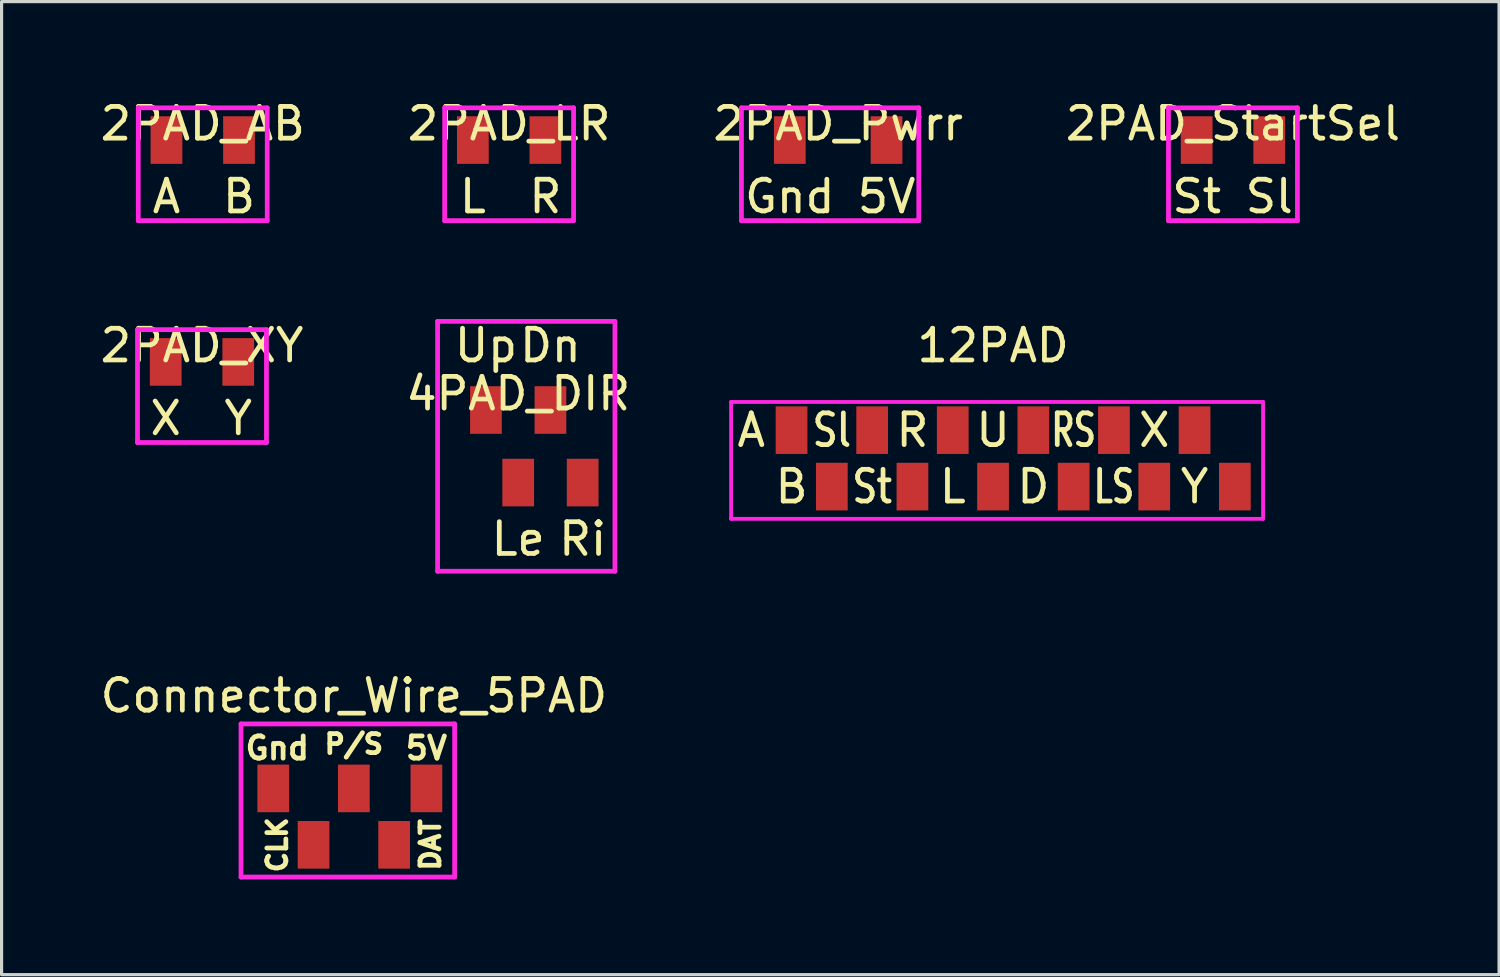
<source format=kicad_pcb>
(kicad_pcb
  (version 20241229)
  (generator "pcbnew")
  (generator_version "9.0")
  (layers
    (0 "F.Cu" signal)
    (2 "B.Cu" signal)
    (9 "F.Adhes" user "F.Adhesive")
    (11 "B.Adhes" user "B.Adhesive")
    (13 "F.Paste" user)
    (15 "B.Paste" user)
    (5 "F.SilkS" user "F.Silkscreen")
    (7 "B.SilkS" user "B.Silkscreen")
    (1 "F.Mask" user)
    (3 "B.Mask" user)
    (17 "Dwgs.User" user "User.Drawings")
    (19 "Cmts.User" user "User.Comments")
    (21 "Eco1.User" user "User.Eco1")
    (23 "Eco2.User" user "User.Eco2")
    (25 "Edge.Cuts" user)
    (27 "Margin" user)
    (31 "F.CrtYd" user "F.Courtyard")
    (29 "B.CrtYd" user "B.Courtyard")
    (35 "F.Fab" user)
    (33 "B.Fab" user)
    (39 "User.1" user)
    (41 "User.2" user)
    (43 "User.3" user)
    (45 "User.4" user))
  (footprint "2PAD_AB"
    (layer "F.Cu")
    (at 3.339 0.348)
    (property "Reference" "2PAD_AB" (at 0 0.5 0) (layer "F.SilkS") (effects (font (size 1 1) (thickness 0.15))))
    (attr through_hole)
    (fp_line (start -2.032 0) (end -2.032 3.556) (stroke (width 0.15) (type solid)) (layer "F.CrtYd"))
    (fp_line (start -2.032 3.556) (end 2.032 3.556) (stroke (width 0.15) (type solid)) (layer "F.CrtYd"))
    (fp_line (start 2.032 0) (end -2.032 0) (stroke (width 0.15) (type solid)) (layer "F.CrtYd"))
    (fp_line (start 2.032 3.556) (end 2.032 0) (stroke (width 0.15) (type solid)) (layer "F.CrtYd"))
    (fp_text user "B" (at 1.143 2.794 0) (layer "F.SilkS") (effects (font (size 1 1) (thickness 0.15))))
    (fp_text user "A" (at -1.143 2.794 0) (layer "F.SilkS") (effects (font (size 1 1) (thickness 0.15))))
    (pad "1" smd rect (at -1.143 1.016) (size 1 1.5) (layers "F.Cu" "F.Mask" "F.Paste"))
    (pad "2" smd rect (at 1.143 1.016) (size 1 1.5) (layers "F.Cu" "F.Mask" "F.Paste")))
  (footprint "4PAD_DIR"
    (layer "F.Cu")
    (at 13.534 8.855)
    (property "Reference" "4PAD_DIR" (at -0.254 0.5 0) (layer "F.SilkS") (effects (font (size 1 1) (thickness 0.15))))
    (attr through_hole)
    (fp_line (start -2.794 -1.778) (end -2.794 6.096) (stroke (width 0.15) (type solid)) (layer "F.CrtYd"))
    (fp_line (start -2.794 6.096) (end 2.794 6.096) (stroke (width 0.15) (type solid)) (layer "F.CrtYd"))
    (fp_line (start 2.794 -1.778) (end -2.794 -1.778) (stroke (width 0.15) (type solid)) (layer "F.CrtYd"))
    (fp_line (start 2.794 6.096) (end 2.794 -1.778) (stroke (width 0.15) (type solid)) (layer "F.CrtYd"))
    (fp_text user "Up" (at -1.27 -1.016 0) (layer "F.SilkS") (effects (font (size 1 1) (thickness 0.15))))
    (fp_text user "Ri" (at 1.778 5.08 0) (layer "F.SilkS") (effects (font (size 1 1) (thickness 0.15))))
    (fp_text user "Le" (at -0.254 5.08 0) (layer "F.SilkS") (effects (font (size 1 1) (thickness 0.15))))
    (fp_text user "Dn" (at 0.762 -1.016 0) (layer "F.SilkS") (effects (font (size 1 1) (thickness 0.15))))
    (pad "1" smd rect (at -1.27 1.016) (size 1 1.5) (layers "F.Cu" "F.Mask" "F.Paste"))
    (pad "2" smd rect (at 0.762 1.016) (size 1 1.5) (layers "F.Cu" "F.Mask" "F.Paste"))
    (pad "3" smd rect (at -0.254 3.302) (size 1 1.5) (layers "F.Cu" "F.Mask" "F.Paste"))
    (pad "4" smd rect (at 1.778 3.302) (size 1 1.5) (layers "F.Cu" "F.Mask" "F.Paste")))
  (footprint "2PAD_LR"
    (layer "F.Cu")
    (at 12.994 0.348)
    (property "Reference" "2PAD_LR" (at 0 0.5 0) (layer "F.SilkS") (effects (font (size 1 1) (thickness 0.15))))
    (attr through_hole)
    (fp_line (start -2.032 0) (end -2.032 3.556) (stroke (width 0.15) (type solid)) (layer "F.CrtYd"))
    (fp_line (start -2.032 3.556) (end 2.032 3.556) (stroke (width 0.15) (type solid)) (layer "F.CrtYd"))
    (fp_line (start 2.032 0) (end -2.032 0) (stroke (width 0.15) (type solid)) (layer "F.CrtYd"))
    (fp_line (start 2.032 3.556) (end 2.032 0) (stroke (width 0.15) (type solid)) (layer "F.CrtYd"))
    (fp_text user "L" (at -1.143 2.794 0) (layer "F.SilkS") (effects (font (size 1 1) (thickness 0.15))))
    (fp_text user "R" (at 1.143 2.794 0) (layer "F.SilkS") (effects (font (size 1 1) (thickness 0.15))))
    (pad "1" smd rect (at -1.143 1.016) (size 1 1.5) (layers "F.Cu" "F.Mask" "F.Paste"))
    (pad "2" smd rect (at 1.143 1.016) (size 1 1.5) (layers "F.Cu" "F.Mask" "F.Paste")))
  (footprint "2PAD_Pwrr"
    (layer "F.Cu")
    (at 23.363 0.348)
    (property "Reference" "2PAD_Pwrr" (at 0 0.5 0) (layer "F.SilkS") (effects (font (size 1 1) (thickness 0.15))))
    (attr through_hole)
    (fp_line (start -3.048 0) (end -3.048 3.556) (stroke (width 0.15) (type solid)) (layer "F.CrtYd"))
    (fp_line (start -3.048 3.556) (end 2.54 3.556) (stroke (width 0.15) (type solid)) (layer "F.CrtYd"))
    (fp_line (start 2.54 0) (end -3.048 0) (stroke (width 0.15) (type solid)) (layer "F.CrtYd"))
    (fp_line (start 2.54 3.556) (end 2.54 0) (stroke (width 0.15) (type solid)) (layer "F.CrtYd"))
    (fp_text user "Gnd" (at -1.524 2.794 0) (layer "F.SilkS") (effects (font (size 1 1) (thickness 0.15))))
    (fp_text user "5V" (at 1.524 2.794 0) (layer "F.SilkS") (effects (font (size 1 1) (thickness 0.15))))
    (pad "1" smd rect (at -1.524 1.016) (size 1 1.5) (layers "F.Cu" "F.Mask" "F.Paste"))
    (pad "2" smd rect (at 1.524 1.016) (size 1 1.5) (layers "F.Cu" "F.Mask" "F.Paste")))
  (footprint "Connector_Wire_5PAD"
    (layer "F.Cu")
    (at 8.101 20.779)
    (property "Reference" "Connector_Wire_5PAD" (at 0 -1.905 0) (layer "F.SilkS") (effects (font (size 1 1) (thickness 0.15))))
    (attr through_hole)
    (fp_line (start -3.556 -1.016) (end -3.556 3.81) (stroke (width 0.15) (type solid)) (layer "F.CrtYd"))
    (fp_line (start -3.556 3.81) (end 3.175 3.81) (stroke (width 0.15) (type solid)) (layer "F.CrtYd"))
    (fp_line (start 3.175 -1.016) (end -3.556 -1.016) (stroke (width 0.15) (type solid)) (layer "F.CrtYd"))
    (fp_line (start 3.175 3.81) (end 3.175 -1.016) (stroke (width 0.15) (type solid)) (layer "F.CrtYd"))
    (fp_text user "P/S" (at 0 -0.381 0) (layer "F.SilkS") (effects (font (size 0.6 0.6) (thickness 0.15))))
    (fp_text user "DAT" (at 2.413 2.794 270) (layer "F.SilkS") (effects (font (size 0.6 0.6) (thickness 0.15))))
    (fp_text user "Gnd" (at -2.413 -0.254 0) (layer "F.SilkS") (effects (font (size 0.7 0.7) (thickness 0.15))))
    (fp_text user "5V" (at 2.286 -0.254 0) (layer "F.SilkS") (effects (font (size 0.7 0.7) (thickness 0.15))))
    (fp_text user "CLK" (at -2.413 2.794 270) (layer "F.SilkS") (effects (font (size 0.6 0.6) (thickness 0.15))))
    (pad "1" smd rect (at -2.54 1.016) (size 1 1.5) (layers "F.Cu" "F.Mask" "F.Paste"))
    (pad "2" smd rect (at -1.27 2.794) (size 1 1.5) (layers "F.Cu" "F.Mask" "F.Paste"))
    (pad "3" smd rect (at 0 1.016) (size 1 1.5) (layers "F.Cu" "F.Mask" "F.Paste"))
    (pad "4" smd rect (at 1.27 2.794) (size 1 1.5) (layers "F.Cu" "F.Mask" "F.Paste"))
    (pad "5" smd rect (at 2.286 1.016) (size 1 1.5) (layers "F.Cu" "F.Mask" "F.Paste")))
  (footprint "12PAD"
    (layer "F.Cu")
    (at 28.117 11.141)
    (property "Reference" "12PAD" (at 0.127 -3.302 0) (layer "F.SilkS") (effects (font (size 1 1) (thickness 0.15))))
    (attr through_hole)
    (fp_line (start -8.128 -1.524) (end -8.128 2.159) (stroke (width 0.12) (type solid)) (layer "F.CrtYd"))
    (fp_line (start -8.128 -1.524) (end 8.636 -1.524) (stroke (width 0.12) (type solid)) (layer "F.CrtYd"))
    (fp_line (start -8.128 2.159) (end 8.636 2.159) (stroke (width 0.12) (type solid)) (layer "F.CrtYd"))
    (fp_line (start 8.636 -1.524) (end 8.636 2.159) (stroke (width 0.12) (type solid)) (layer "F.CrtYd"))
    (fp_text user "RS" (at 2.667 -0.635 0) (layer "F.SilkS") (effects (font (size 1 0.7) (thickness 0.15))))
    (fp_text user "Y" (at 6.477 1.143 0) (layer "F.SilkS") (effects (font (size 1 1) (thickness 0.15))))
    (fp_text user "LS" (at 3.937 1.143 0) (layer "F.SilkS") (effects (font (size 1 0.7) (thickness 0.15))))
    (fp_text user "B" (at -6.223 1.143 0) (layer "F.SilkS") (effects (font (size 1 1) (thickness 0.15))))
    (fp_text user "R" (at -2.413 -0.635 0) (layer "F.SilkS") (effects (font (size 1 1) (thickness 0.15))))
    (fp_text user "L" (at -1.143 1.143 0) (layer "F.SilkS") (effects (font (size 1 1) (thickness 0.15))))
    (fp_text user "Sl" (at -4.953 -0.635 0) (layer "F.SilkS") (effects (font (size 1 0.8) (thickness 0.15))))
    (fp_text user "St" (at -3.683 1.143 0) (layer "F.SilkS") (effects (font (size 1 0.8) (thickness 0.15))))
    (fp_text user "U" (at 0.127 -0.635 0) (layer "F.SilkS") (effects (font (size 1 1) (thickness 0.15))))
    (fp_text user "X" (at 5.207 -0.635 0) (layer "F.SilkS") (effects (font (size 1 1) (thickness 0.15))))
    (fp_text user "D" (at 1.397 1.143 0) (layer "F.SilkS") (effects (font (size 1 1) (thickness 0.15))))
    (fp_text user "A" (at -7.493 -0.635 0) (layer "F.SilkS") (effects (font (size 1 1) (thickness 0.15))))
    (pad "1" smd rect (at -6.223 -0.635) (size 1 1.5) (layers "F.Cu" "F.Mask" "F.Paste"))
    (pad "2" smd rect (at -4.953 1.143) (size 1 1.5) (layers "F.Cu" "F.Mask" "F.Paste"))
    (pad "3" smd rect (at -3.683 -0.635) (size 1 1.5) (layers "F.Cu" "F.Mask" "F.Paste"))
    (pad "4" smd rect (at -2.413 1.143) (size 1 1.5) (layers "F.Cu" "F.Mask" "F.Paste"))
    (pad "5" smd rect (at -1.143 -0.635) (size 1 1.5) (layers "F.Cu" "F.Mask" "F.Paste"))
    (pad "6" smd rect (at 0.127 1.143) (size 1 1.5) (layers "F.Cu" "F.Mask" "F.Paste"))
    (pad "7" smd rect (at 1.397 -0.635) (size 1 1.5) (layers "F.Cu" "F.Mask" "F.Paste"))
    (pad "8" smd rect (at 2.667 1.143) (size 1 1.5) (layers "F.Cu" "F.Mask" "F.Paste"))
    (pad "9" smd rect (at 3.937 -0.635) (size 1 1.5) (layers "F.Cu" "F.Mask" "F.Paste"))
    (pad "10" smd rect (at 5.207 1.143) (size 1 1.5) (layers "F.Cu" "F.Mask" "F.Paste"))
    (pad "11" smd rect (at 6.477 -0.635) (size 1 1.5) (layers "F.Cu" "F.Mask" "F.Paste"))
    (pad "12" smd rect (at 7.747 1.143) (size 1 1.5) (layers "F.Cu" "F.Mask" "F.Paste")))
  (footprint "2PAD_StartSel"
    (layer "F.Cu")
    (at 35.804 0.348)
    (property "Reference" "2PAD_StartSel" (at 0 0.5 0) (layer "F.SilkS") (effects (font (size 1 1) (thickness 0.15))))
    (attr through_hole)
    (fp_line (start -2.032 0) (end -2.032 3.556) (stroke (width 0.15) (type solid)) (layer "F.CrtYd"))
    (fp_line (start -2.032 3.556) (end 2.032 3.556) (stroke (width 0.15) (type solid)) (layer "F.CrtYd"))
    (fp_line (start 2.032 0) (end -2.032 0) (stroke (width 0.15) (type solid)) (layer "F.CrtYd"))
    (fp_line (start 2.032 3.556) (end 2.032 0) (stroke (width 0.15) (type solid)) (layer "F.CrtYd"))
    (fp_text user "St" (at -1.143 2.794 0) (layer "F.SilkS") (effects (font (size 1 1) (thickness 0.15))))
    (fp_text user "Sl" (at 1.143 2.794 0) (layer "F.SilkS") (effects (font (size 1 1) (thickness 0.15))))
    (pad "1" smd rect (at -1.143 1.016) (size 1 1.5) (layers "F.Cu" "F.Mask" "F.Paste"))
    (pad "2" smd rect (at 1.143 1.016) (size 1 1.5) (layers "F.Cu" "F.Mask" "F.Paste")))
  (footprint "2PAD_XY"
    (layer "F.Cu")
    (at 3.315 7.339)
    (property "Reference" "2PAD_XY" (at 0 0.5 0) (layer "F.SilkS") (effects (font (size 1 1) (thickness 0.15))))
    (attr through_hole)
    (fp_line (start -2.032 0) (end -2.032 3.556) (stroke (width 0.15) (type solid)) (layer "F.CrtYd"))
    (fp_line (start -2.032 3.556) (end 2.032 3.556) (stroke (width 0.15) (type solid)) (layer "F.CrtYd"))
    (fp_line (start 2.032 0) (end -2.032 0) (stroke (width 0.15) (type solid)) (layer "F.CrtYd"))
    (fp_line (start 2.032 3.556) (end 2.032 0) (stroke (width 0.15) (type solid)) (layer "F.CrtYd"))
    (fp_text user "Y" (at 1.143 2.794 0) (layer "F.SilkS") (effects (font (size 1 1) (thickness 0.15))))
    (fp_text user "X" (at -1.143 2.794 0) (layer "F.SilkS") (effects (font (size 1 1) (thickness 0.15))))
    (pad "1" smd rect (at -1.143 1.016) (size 1 1.5) (layers "F.Cu" "F.Mask" "F.Paste"))
    (pad "2" smd rect (at 1.143 1.016) (size 1 1.5) (layers "F.Cu" "F.Mask" "F.Paste")))
  (gr_rect
    (start -3 -3)
    (end 44.19 27.664)
    (stroke (width 0.1) (type default))
    (fill no)
    (layer "Edge.Cuts")))
</source>
